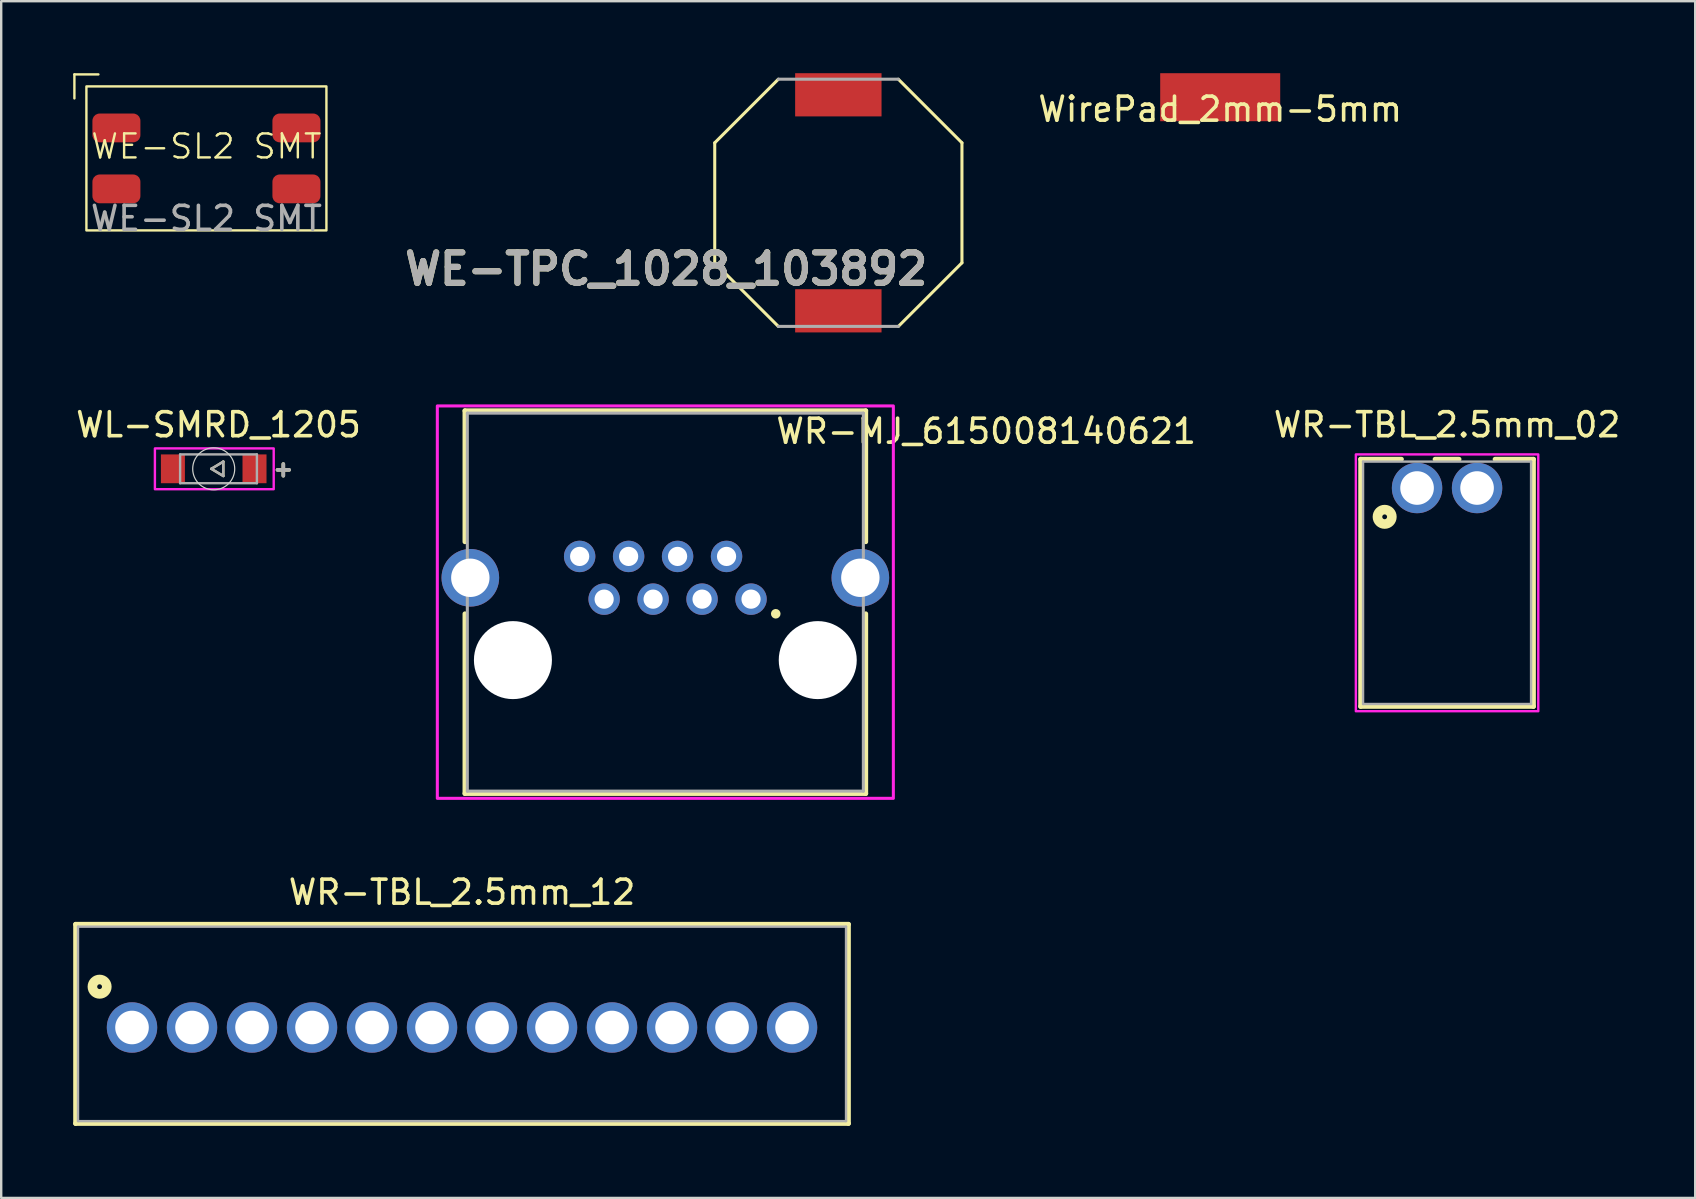
<source format=kicad_pcb>
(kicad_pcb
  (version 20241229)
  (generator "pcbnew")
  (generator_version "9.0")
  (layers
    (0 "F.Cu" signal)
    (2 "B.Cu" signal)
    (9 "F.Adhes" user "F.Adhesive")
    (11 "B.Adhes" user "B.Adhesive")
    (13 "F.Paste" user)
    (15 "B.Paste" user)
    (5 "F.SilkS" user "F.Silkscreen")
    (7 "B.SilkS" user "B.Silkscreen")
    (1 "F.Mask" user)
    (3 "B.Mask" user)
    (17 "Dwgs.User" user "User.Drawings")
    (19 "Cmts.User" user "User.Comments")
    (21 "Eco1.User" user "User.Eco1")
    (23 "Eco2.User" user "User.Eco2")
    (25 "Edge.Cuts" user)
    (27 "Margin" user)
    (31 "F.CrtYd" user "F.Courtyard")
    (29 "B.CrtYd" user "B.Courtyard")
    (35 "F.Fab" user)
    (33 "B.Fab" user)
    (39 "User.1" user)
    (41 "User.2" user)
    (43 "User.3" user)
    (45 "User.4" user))
  (footprint "WirePad_2mm-5mm"
    (layer "F.Cu")
    (at 47.789 1)
    (property "Reference" "WirePad_2mm-5mm" (at 0 0.5 0) (layer "F.SilkS") (effects (font (size 1 1) (thickness 0.15))))
    (attr through_hole)
    (pad "1" smd rect (at 0 0) (size 5 2) (layers "F.Cu" "F.Mask" "F.Paste")))
  (footprint "WR-MJ_615008140621"
    (layer "F.Cu")
    (at 24.671 22.038)
    (property "Reference" "WR-MJ_615008140621" (at 13.367 -7.12 0) (layer "F.SilkS") (effects (font (size 1 1) (thickness 0.15))))
    (attr through_hole)
    (fp_line (start -8.35 -7.975) (end -8.35 -2.515) (stroke (width 0.2) (type solid)) (layer "F.SilkS"))
    (fp_line (start -8.35 -7.975) (end 8.35 -7.975) (stroke (width 0.2) (type solid)) (layer "F.SilkS"))
    (fp_line (start -8.35 0.485) (end -8.35 7.975) (stroke (width 0.2) (type solid)) (layer "F.SilkS"))
    (fp_line (start -8.35 7.975) (end 8.35 7.975) (stroke (width 0.2) (type solid)) (layer "F.SilkS"))
    (fp_line (start 8.35 -7.975) (end 8.35 -2.515) (stroke (width 0.2) (type solid)) (layer "F.SilkS"))
    (fp_line (start 8.35 7.975) (end 8.35 0.485) (stroke (width 0.2) (type solid)) (layer "F.SilkS"))
    (fp_circle (center 4.6 0.485) (end 4.7 0.485) (stroke (width 0.2) (type solid)) (fill no) (layer "F.SilkS"))
    (fp_poly (pts (xy -9.5 -8.175) (xy 9.5 -8.175) (xy 9.5 8.175) (xy -9.5 8.175)) (stroke (width 0.127) (type solid)) (fill no) (layer "F.CrtYd"))
    (fp_line (start -8.25 -7.875) (end 8.25 -7.875) (stroke (width 0.127) (type solid)) (layer "F.Fab"))
    (fp_line (start -8.25 7.875) (end -8.25 -7.875) (stroke (width 0.127) (type solid)) (layer "F.Fab"))
    (fp_line (start 8.25 -7.875) (end 8.25 7.875) (stroke (width 0.127) (type solid)) (layer "F.Fab"))
    (fp_line (start 8.25 7.875) (end -8.25 7.875) (stroke (width 0.127) (type solid)) (layer "F.Fab"))
    (pad "" np_thru_hole circle (at -6.35 2.415) (size 3.25 3.25) (drill 3.4) (layers "*.Cu" "*.Mask"))
    (pad "" np_thru_hole circle (at 6.35 2.415) (size 3.25 3.25) (drill 3.4) (layers "*.Cu" "*.Mask"))
    (pad "1" thru_hole circle (at 3.57 -0.125) (size 1.308 1.308) (drill 0.8) (layers "*.Cu" "*.Mask"))
    (pad "2" thru_hole circle (at 2.55 -1.905) (size 1.308 1.308) (drill 0.8) (layers "*.Cu" "*.Mask"))
    (pad "3" thru_hole circle (at 1.53 -0.125) (size 1.308 1.308) (drill 0.8) (layers "*.Cu" "*.Mask"))
    (pad "4" thru_hole circle (at 0.51 -1.905) (size 1.308 1.308) (drill 0.8) (layers "*.Cu" "*.Mask"))
    (pad "5" thru_hole circle (at -0.51 -0.125) (size 1.308 1.308) (drill 0.8) (layers "*.Cu" "*.Mask"))
    (pad "6" thru_hole circle (at -1.53 -1.905) (size 1.308 1.308) (drill 0.8) (layers "*.Cu" "*.Mask"))
    (pad "7" thru_hole circle (at -2.55 -0.125) (size 1.308 1.308) (drill 0.8) (layers "*.Cu" "*.Mask"))
    (pad "8" thru_hole circle (at -3.57 -1.905) (size 1.308 1.308) (drill 0.8) (layers "*.Cu" "*.Mask"))
    (pad "S1" thru_hole circle (at -8.125 -1.015) (size 2.4 2.4) (drill 1.6) (layers "*.Cu" "*.Mask"))
    (pad "S2" thru_hole circle (at 8.125 -1.015) (size 2.4 2.4) (drill 1.6) (layers "*.Cu" "*.Mask")))
  (footprint "WR-TBL_2.5mm_12"
    (layer "F.Cu")
    (at 16.2 39.76)
    (property "Reference" "WR-TBL_2.5mm_12" (at 0 -5.635 0) (layer "F.SilkS") (effects (font (size 1 1) (thickness 0.15))))
    (attr through_hole)
    (fp_line (start -16.1 -4.3) (end 16.1 -4.3) (stroke (width 0.2) (type solid)) (layer "F.SilkS"))
    (fp_line (start -16.1 4) (end -16.1 -4.3) (stroke (width 0.2) (type solid)) (layer "F.SilkS"))
    (fp_line (start 16.1 -4.3) (end 16.1 4) (stroke (width 0.2) (type solid)) (layer "F.SilkS"))
    (fp_line (start 16.1 4) (end -16.1 4) (stroke (width 0.2) (type solid)) (layer "F.SilkS"))
    (fp_circle (center -15.1 -1.7) (end -15 -1.7) (stroke (width 0.4) (type solid)) (fill no) (layer "F.SilkS"))
    (fp_line (start -16 -4.2) (end 16 -4.2) (stroke (width 0.1) (type solid)) (layer "F.Fab"))
    (fp_line (start -16 3.9) (end -16 -4.2) (stroke (width 0.1) (type solid)) (layer "F.Fab"))
    (fp_line (start 16 -4.2) (end 16 3.9) (stroke (width 0.1) (type solid)) (layer "F.Fab"))
    (fp_line (start 16 3.9) (end -16 3.9) (stroke (width 0.1) (type solid)) (layer "F.Fab"))
    (pad "1" thru_hole circle (at -13.75 0) (size 2.1 2.1) (drill 1.4) (layers "*.Cu" "*.Mask"))
    (pad "2" thru_hole circle (at -11.25 0) (size 2.1 2.1) (drill 1.4) (layers "*.Cu" "*.Mask"))
    (pad "3" thru_hole circle (at -8.75 0) (size 2.1 2.1) (drill 1.4) (layers "*.Cu" "*.Mask"))
    (pad "4" thru_hole circle (at -6.25 0) (size 2.1 2.1) (drill 1.4) (layers "*.Cu" "*.Mask"))
    (pad "5" thru_hole circle (at -3.75 0) (size 2.1 2.1) (drill 1.4) (layers "*.Cu" "*.Mask"))
    (pad "6" thru_hole circle (at -1.25 0) (size 2.1 2.1) (drill 1.4) (layers "*.Cu" "*.Mask"))
    (pad "7" thru_hole circle (at 1.25 0) (size 2.1 2.1) (drill 1.4) (layers "*.Cu" "*.Mask"))
    (pad "8" thru_hole circle (at 3.75 0) (size 2.1 2.1) (drill 1.4) (layers "*.Cu" "*.Mask"))
    (pad "9" thru_hole circle (at 6.25 0) (size 2.1 2.1) (drill 1.4) (layers "*.Cu" "*.Mask"))
    (pad "10" thru_hole circle (at 8.75 0) (size 2.1 2.1) (drill 1.4) (layers "*.Cu" "*.Mask"))
    (pad "11" thru_hole circle (at 11.25 0) (size 2.1 2.1) (drill 1.4) (layers "*.Cu" "*.Mask"))
    (pad "12" thru_hole circle (at 13.75 0) (size 2.1 2.1) (drill 1.4) (layers "*.Cu" "*.Mask")))
  (footprint "WE-TPC_1028_103892"
    (layer "F.Cu")
    (at 31.879 5.4)
    (property "Reference" "WE-TPC_1028_103892" (at -7.17 2.76 0) (layer "F.SilkS") (effects (font (size 1.27 1.27) (thickness 0.254))))
    (attr smd)
    (fp_line (start -5.15 -2.5) (end -5.15 2.5) (stroke (width 0.127) (type solid)) (layer "F.SilkS"))
    (fp_line (start -5.15 2.5) (end -2.5 5.15) (stroke (width 0.127) (type solid)) (layer "F.SilkS"))
    (fp_line (start -2.5 -5.15) (end -5.15 -2.5) (stroke (width 0.127) (type solid)) (layer "F.SilkS"))
    (fp_line (start 2.5 -5.15) (end 5.15 -2.5) (stroke (width 0.127) (type solid)) (layer "F.SilkS"))
    (fp_line (start 2.5 5.15) (end 5.15 2.5) (stroke (width 0.127) (type solid)) (layer "F.SilkS"))
    (fp_line (start 5.15 2.5) (end 5.15 -2.5) (stroke (width 0.127) (type solid)) (layer "F.SilkS"))
    (fp_line (start -2.5 -5.15) (end 2.5 -5.15) (stroke (width 0.127) (type solid)) (layer "F.Fab"))
    (fp_line (start -2.5 5.15) (end 2.5 5.15) (stroke (width 0.127) (type solid)) (layer "F.Fab"))
    (fp_text user "${REFERENCE}" (at -7.17 2.76 0) (layer "F.Fab") (effects (font (size 1.27 1.27) (thickness 0.254))))
    (pad "1" smd rect (at 0 -4.5 90) (size 1.8 3.6) (layers "F.Cu" "F.Mask" "F.Paste"))
    (pad "2" smd rect (at 0 4.5 90) (size 1.8 3.6) (layers "F.Cu" "F.Mask" "F.Paste")))
  (footprint "WR-TBL_2.5mm_02"
    (layer "F.Cu")
    (at 57.241 17.283)
    (property "Reference" "WR-TBL_2.5mm_02" (at 0 -2.635 0) (layer "F.SilkS") (effects (font (size 1 1) (thickness 0.15))))
    (attr through_hole)
    (fp_line (start -3.6 -1.2) (end -1.9 -1.2) (stroke (width 0.2) (type solid)) (layer "F.SilkS"))
    (fp_line (start -3.6 9.1) (end -3.6 -1.2) (stroke (width 0.2) (type solid)) (layer "F.SilkS"))
    (fp_line (start -0.5 -1.2) (end 0.5 -1.2) (stroke (width 0.2) (type solid)) (layer "F.SilkS"))
    (fp_line (start 2 -1.2) (end 3.6 -1.2) (stroke (width 0.2) (type solid)) (layer "F.SilkS"))
    (fp_line (start 3.6 -1.2) (end 3.6 9.1) (stroke (width 0.2) (type solid)) (layer "F.SilkS"))
    (fp_line (start 3.6 9.1) (end -3.6 9.1) (stroke (width 0.2) (type solid)) (layer "F.SilkS"))
    (fp_circle (center -2.6 1.2) (end -2.5 1.2) (stroke (width 0.4) (type solid)) (fill no) (layer "F.SilkS"))
    (fp_poly (pts (xy -3.8 -1.4) (xy 3.8 -1.4) (xy 3.8 9.3) (xy -3.8 9.3)) (stroke (width 0.1) (type solid)) (fill no) (layer "F.CrtYd"))
    (fp_line (start -3.5 -1.1) (end 3.5 -1.1) (stroke (width 0.1) (type solid)) (layer "F.Fab"))
    (fp_line (start -3.5 9) (end -3.5 -1.1) (stroke (width 0.1) (type solid)) (layer "F.Fab"))
    (fp_line (start 3.5 -1.1) (end 3.5 9) (stroke (width 0.1) (type solid)) (layer "F.Fab"))
    (fp_line (start 3.5 9) (end -3.5 9) (stroke (width 0.1) (type solid)) (layer "F.Fab"))
    (pad "1" thru_hole circle (at -1.25 0) (size 2.1 2.1) (drill 1.4) (layers "*.Cu" "*.Mask"))
    (pad "2" thru_hole circle (at 1.25 0) (size 2.1 2.1) (drill 1.4) (layers "*.Cu" "*.Mask")))
  (footprint "WL-SMRD_1205"
    (layer "F.Cu")
    (at 6.054 16.483)
    (property "Reference" "WL-SMRD_1205" (at 0 -1.835 0) (layer "F.SilkS") (effects (font (size 1 1) (thickness 0.15))))
    (attr smd)
    (fp_line (start -0.3 0) (end 0.2 -0.3) (stroke (width 0.1) (type solid)) (layer "F.SilkS"))
    (fp_line (start 0.2 -0.3) (end 0.2 0.3) (stroke (width 0.1) (type solid)) (layer "F.SilkS"))
    (fp_line (start 0.2 0.3) (end -0.3 0) (stroke (width 0.1) (type solid)) (layer "F.SilkS"))
    (fp_circle (center -0.2 0) (end -0.2 -0.875) (stroke (width 0.05) (type default)) (fill no) (layer "Edge.Cuts"))
    (fp_poly (pts (xy -2.65 -0.85) (xy 2.3 -0.85) (xy 2.3 0.85) (xy -2.65 0.85)) (stroke (width 0.1) (type solid)) (fill no) (layer "F.CrtYd"))
    (fp_line (start -1.6 -0.6) (end 1.6 -0.6) (stroke (width 0.1) (type solid)) (layer "F.Fab"))
    (fp_line (start -1.6 0.6) (end -1.6 -0.6) (stroke (width 0.1) (type solid)) (layer "F.Fab"))
    (fp_line (start -0.3 0) (end 0.2 -0.3) (stroke (width 0.1) (type solid)) (layer "F.Fab"))
    (fp_line (start 0.2 -0.3) (end 0.2 0.3) (stroke (width 0.1) (type solid)) (layer "F.Fab"))
    (fp_line (start 0.2 0.3) (end -0.3 0) (stroke (width 0.1) (type solid)) (layer "F.Fab"))
    (fp_line (start 1.6 -0.6) (end 1.6 0.6) (stroke (width 0.1) (type solid)) (layer "F.Fab"))
    (fp_line (start 1.6 0.6) (end -1.6 0.6) (stroke (width 0.1) (type solid)) (layer "F.Fab"))
    (fp_text user "+" (at 2.7 0 0) (layer "F.SilkS") (effects (font (size 0.64 0.64) (thickness 0.15))))
    (fp_text user "+" (at 2.7 0 0) (layer "F.Fab") (effects (font (size 0.64 0.64) (thickness 0.15))))
    (pad "1" smd rect (at -1.9 0) (size 1 1.2) (layers "F.Cu" "F.Mask" "F.Paste"))
    (pad "2" smd rect (at 1.5 0) (size 1 1.2) (layers "F.Cu" "F.Mask" "F.Paste")))
  (footprint "WE-SL2 SMT"
    (layer "F.Cu")
    (at 5.55 3.55)
    (property "Reference" "WE-SL2 SMT" (at 0 -0.5 0) (unlocked yes) (layer "F.SilkS") (effects (font (size 1 1) (thickness 0.1))))
    (attr smd)
    (fp_line (start -5.5 -3.5) (end -4.5 -3.5) (stroke (width 0.1) (type solid)) (layer "F.SilkS"))
    (fp_line (start -5.5 -2.5) (end -5.5 -3.5) (stroke (width 0.1) (type solid)) (layer "F.SilkS"))
    (fp_rect (start -5 -3) (end 5 3) (stroke (width 0.1) (type default)) (fill no) (layer "F.SilkS"))
    (fp_text user "${REFERENCE}" (at 0 2.5 0) (unlocked yes) (layer "F.Fab") (effects (font (size 1 1) (thickness 0.15))))
    (pad "1" smd roundrect (at -3.75 -1.27) (size 2 1.2) (layers "F.Cu" "F.Mask" "F.Paste") (roundrect_rratio 0.25))
    (pad "2" smd roundrect (at -3.75 1.27) (size 2 1.2) (layers "F.Cu" "F.Mask" "F.Paste") (roundrect_rratio 0.25))
    (pad "3" smd roundrect (at 3.75 1.27) (size 2 1.2) (layers "F.Cu" "F.Mask" "F.Paste") (roundrect_rratio 0.25))
    (pad "4" smd roundrect (at 3.75 -1.27) (size 2 1.2) (layers "F.Cu" "F.Mask" "F.Paste") (roundrect_rratio 0.25)))
  (gr_rect
    (start -3 -3)
    (end 67.58 46.86)
    (stroke (width 0.1) (type default))
    (fill no)
    (layer "Edge.Cuts")))
</source>
